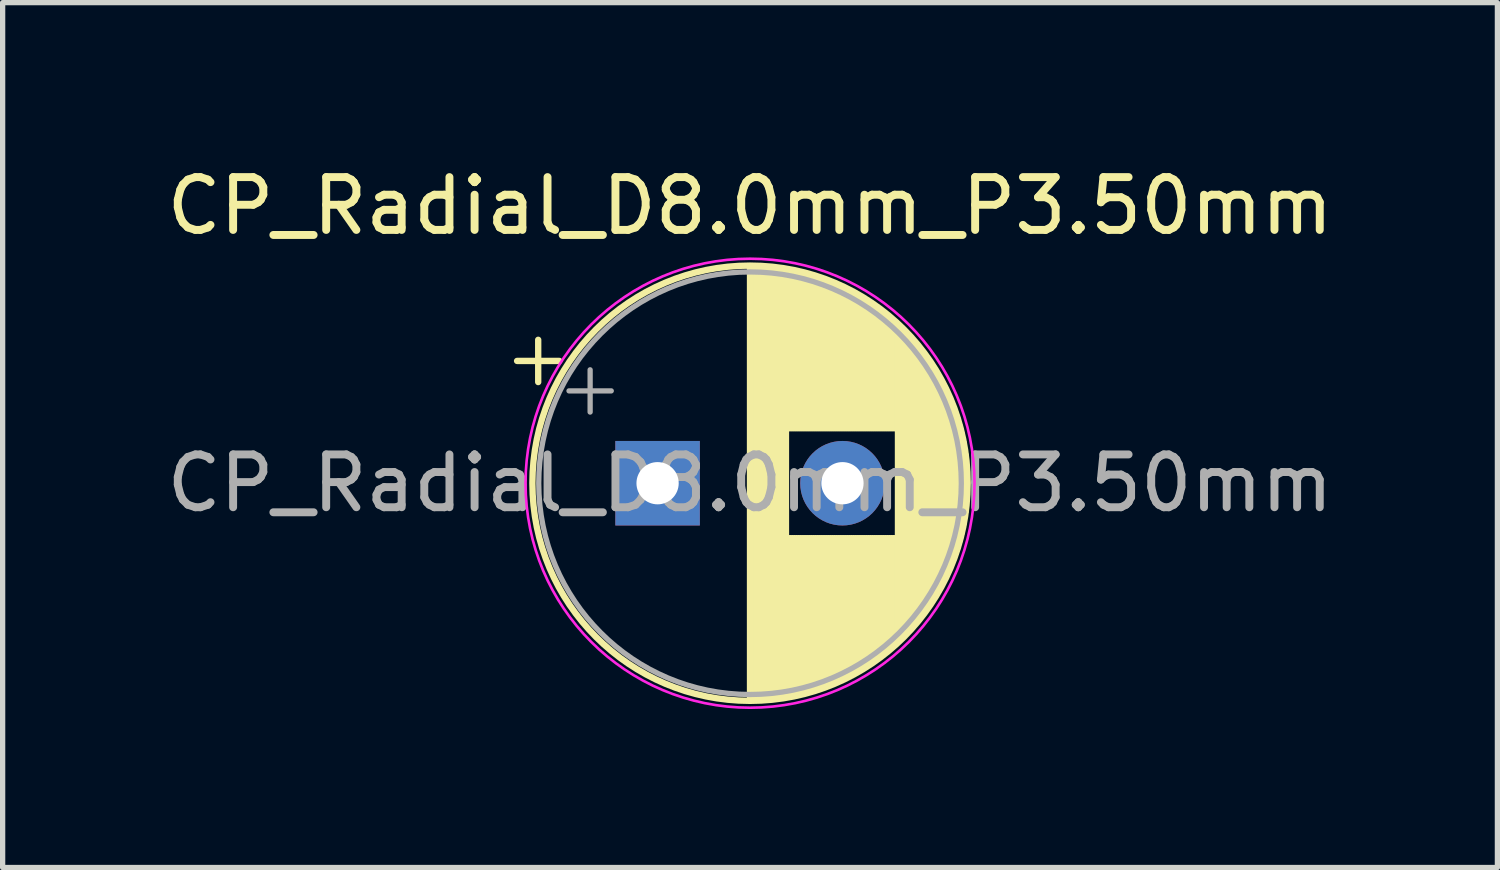
<source format=kicad_pcb>
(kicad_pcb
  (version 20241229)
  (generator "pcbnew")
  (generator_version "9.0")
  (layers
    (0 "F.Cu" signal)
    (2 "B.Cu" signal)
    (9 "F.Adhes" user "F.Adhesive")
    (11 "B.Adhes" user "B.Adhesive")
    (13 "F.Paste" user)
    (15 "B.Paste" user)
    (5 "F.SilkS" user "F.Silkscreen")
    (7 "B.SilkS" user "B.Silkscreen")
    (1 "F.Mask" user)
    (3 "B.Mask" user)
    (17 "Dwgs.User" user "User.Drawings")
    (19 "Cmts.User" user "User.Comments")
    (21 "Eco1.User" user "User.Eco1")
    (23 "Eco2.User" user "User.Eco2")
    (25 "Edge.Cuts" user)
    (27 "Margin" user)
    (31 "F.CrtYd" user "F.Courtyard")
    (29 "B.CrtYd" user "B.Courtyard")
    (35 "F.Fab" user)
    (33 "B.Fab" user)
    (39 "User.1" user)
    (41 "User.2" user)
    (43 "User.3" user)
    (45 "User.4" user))
  (footprint "CP_Radial_D8.0mm_P3.50mm"
    (layer "F.Cu")
    (at 9.399 6.098)
    (property "Reference" "CP_Radial_D8.0mm_P3.50mm" (at 1.75 -5.25 180) (layer "F.SilkS") (effects (font (size 1 1) (thickness 0.15))))
    (attr through_hole)
    (fp_line (start -2.66 -2.315) (end -1.86 -2.315) (stroke (width 0.12) (type solid)) (layer "F.SilkS"))
    (fp_line (start -2.26 -2.715) (end -2.26 -1.915) (stroke (width 0.12) (type solid)) (layer "F.SilkS"))
    (fp_line (start 1.75 -4.08) (end 1.75 4.08) (stroke (width 0.12) (type solid)) (layer "F.SilkS"))
    (fp_line (start 1.79 -4.08) (end 1.79 4.08) (stroke (width 0.12) (type solid)) (layer "F.SilkS"))
    (fp_line (start 1.83 -4.08) (end 1.83 4.08) (stroke (width 0.12) (type solid)) (layer "F.SilkS"))
    (fp_line (start 1.87 -4.079) (end 1.87 4.079) (stroke (width 0.12) (type solid)) (layer "F.SilkS"))
    (fp_line (start 1.91 -4.077) (end 1.91 4.077) (stroke (width 0.12) (type solid)) (layer "F.SilkS"))
    (fp_line (start 1.95 -4.076) (end 1.95 4.076) (stroke (width 0.12) (type solid)) (layer "F.SilkS"))
    (fp_line (start 1.99 -4.074) (end 1.99 4.074) (stroke (width 0.12) (type solid)) (layer "F.SilkS"))
    (fp_line (start 2.03 -4.071) (end 2.03 4.071) (stroke (width 0.12) (type solid)) (layer "F.SilkS"))
    (fp_line (start 2.07 -4.068) (end 2.07 4.068) (stroke (width 0.12) (type solid)) (layer "F.SilkS"))
    (fp_line (start 2.11 -4.065) (end 2.11 4.065) (stroke (width 0.12) (type solid)) (layer "F.SilkS"))
    (fp_line (start 2.15 -4.061) (end 2.15 4.061) (stroke (width 0.12) (type solid)) (layer "F.SilkS"))
    (fp_line (start 2.19 -4.057) (end 2.19 4.057) (stroke (width 0.12) (type solid)) (layer "F.SilkS"))
    (fp_line (start 2.23 -4.052) (end 2.23 4.052) (stroke (width 0.12) (type solid)) (layer "F.SilkS"))
    (fp_line (start 2.27 -4.048) (end 2.27 4.048) (stroke (width 0.12) (type solid)) (layer "F.SilkS"))
    (fp_line (start 2.31 -4.042) (end 2.31 4.042) (stroke (width 0.12) (type solid)) (layer "F.SilkS"))
    (fp_line (start 2.35 -4.037) (end 2.35 4.037) (stroke (width 0.12) (type solid)) (layer "F.SilkS"))
    (fp_line (start 2.39 -4.03) (end 2.39 4.03) (stroke (width 0.12) (type solid)) (layer "F.SilkS"))
    (fp_line (start 2.43 -4.024) (end 2.43 4.024) (stroke (width 0.12) (type solid)) (layer "F.SilkS"))
    (fp_line (start 2.471 -4.017) (end 2.471 -1.04) (stroke (width 0.12) (type solid)) (layer "F.SilkS"))
    (fp_line (start 2.471 1.04) (end 2.471 4.017) (stroke (width 0.12) (type solid)) (layer "F.SilkS"))
    (fp_line (start 2.511 -4.01) (end 2.511 -1.04) (stroke (width 0.12) (type solid)) (layer "F.SilkS"))
    (fp_line (start 2.511 1.04) (end 2.511 4.01) (stroke (width 0.12) (type solid)) (layer "F.SilkS"))
    (fp_line (start 2.551 -4.002) (end 2.551 -1.04) (stroke (width 0.12) (type solid)) (layer "F.SilkS"))
    (fp_line (start 2.551 1.04) (end 2.551 4.002) (stroke (width 0.12) (type solid)) (layer "F.SilkS"))
    (fp_line (start 2.591 -3.994) (end 2.591 -1.04) (stroke (width 0.12) (type solid)) (layer "F.SilkS"))
    (fp_line (start 2.591 1.04) (end 2.591 3.994) (stroke (width 0.12) (type solid)) (layer "F.SilkS"))
    (fp_line (start 2.631 -3.985) (end 2.631 -1.04) (stroke (width 0.12) (type solid)) (layer "F.SilkS"))
    (fp_line (start 2.631 1.04) (end 2.631 3.985) (stroke (width 0.12) (type solid)) (layer "F.SilkS"))
    (fp_line (start 2.671 -3.976) (end 2.671 -1.04) (stroke (width 0.12) (type solid)) (layer "F.SilkS"))
    (fp_line (start 2.671 1.04) (end 2.671 3.976) (stroke (width 0.12) (type solid)) (layer "F.SilkS"))
    (fp_line (start 2.711 -3.967) (end 2.711 -1.04) (stroke (width 0.12) (type solid)) (layer "F.SilkS"))
    (fp_line (start 2.711 1.04) (end 2.711 3.967) (stroke (width 0.12) (type solid)) (layer "F.SilkS"))
    (fp_line (start 2.751 -3.957) (end 2.751 -1.04) (stroke (width 0.12) (type solid)) (layer "F.SilkS"))
    (fp_line (start 2.751 1.04) (end 2.751 3.957) (stroke (width 0.12) (type solid)) (layer "F.SilkS"))
    (fp_line (start 2.791 -3.947) (end 2.791 -1.04) (stroke (width 0.12) (type solid)) (layer "F.SilkS"))
    (fp_line (start 2.791 1.04) (end 2.791 3.947) (stroke (width 0.12) (type solid)) (layer "F.SilkS"))
    (fp_line (start 2.831 -3.936) (end 2.831 -1.04) (stroke (width 0.12) (type solid)) (layer "F.SilkS"))
    (fp_line (start 2.831 1.04) (end 2.831 3.936) (stroke (width 0.12) (type solid)) (layer "F.SilkS"))
    (fp_line (start 2.871 -3.925) (end 2.871 -1.04) (stroke (width 0.12) (type solid)) (layer "F.SilkS"))
    (fp_line (start 2.871 1.04) (end 2.871 3.925) (stroke (width 0.12) (type solid)) (layer "F.SilkS"))
    (fp_line (start 2.911 -3.914) (end 2.911 -1.04) (stroke (width 0.12) (type solid)) (layer "F.SilkS"))
    (fp_line (start 2.911 1.04) (end 2.911 3.914) (stroke (width 0.12) (type solid)) (layer "F.SilkS"))
    (fp_line (start 2.951 -3.902) (end 2.951 -1.04) (stroke (width 0.12) (type solid)) (layer "F.SilkS"))
    (fp_line (start 2.951 1.04) (end 2.951 3.902) (stroke (width 0.12) (type solid)) (layer "F.SilkS"))
    (fp_line (start 2.991 -3.889) (end 2.991 -1.04) (stroke (width 0.12) (type solid)) (layer "F.SilkS"))
    (fp_line (start 2.991 1.04) (end 2.991 3.889) (stroke (width 0.12) (type solid)) (layer "F.SilkS"))
    (fp_line (start 3.031 -3.877) (end 3.031 -1.04) (stroke (width 0.12) (type solid)) (layer "F.SilkS"))
    (fp_line (start 3.031 1.04) (end 3.031 3.877) (stroke (width 0.12) (type solid)) (layer "F.SilkS"))
    (fp_line (start 3.071 -3.863) (end 3.071 -1.04) (stroke (width 0.12) (type solid)) (layer "F.SilkS"))
    (fp_line (start 3.071 1.04) (end 3.071 3.863) (stroke (width 0.12) (type solid)) (layer "F.SilkS"))
    (fp_line (start 3.111 -3.85) (end 3.111 -1.04) (stroke (width 0.12) (type solid)) (layer "F.SilkS"))
    (fp_line (start 3.111 1.04) (end 3.111 3.85) (stroke (width 0.12) (type solid)) (layer "F.SilkS"))
    (fp_line (start 3.151 -3.835) (end 3.151 -1.04) (stroke (width 0.12) (type solid)) (layer "F.SilkS"))
    (fp_line (start 3.151 1.04) (end 3.151 3.835) (stroke (width 0.12) (type solid)) (layer "F.SilkS"))
    (fp_line (start 3.191 -3.821) (end 3.191 -1.04) (stroke (width 0.12) (type solid)) (layer "F.SilkS"))
    (fp_line (start 3.191 1.04) (end 3.191 3.821) (stroke (width 0.12) (type solid)) (layer "F.SilkS"))
    (fp_line (start 3.231 -3.805) (end 3.231 -1.04) (stroke (width 0.12) (type solid)) (layer "F.SilkS"))
    (fp_line (start 3.231 1.04) (end 3.231 3.805) (stroke (width 0.12) (type solid)) (layer "F.SilkS"))
    (fp_line (start 3.271 -3.79) (end 3.271 -1.04) (stroke (width 0.12) (type solid)) (layer "F.SilkS"))
    (fp_line (start 3.271 1.04) (end 3.271 3.79) (stroke (width 0.12) (type solid)) (layer "F.SilkS"))
    (fp_line (start 3.311 -3.774) (end 3.311 -1.04) (stroke (width 0.12) (type solid)) (layer "F.SilkS"))
    (fp_line (start 3.311 1.04) (end 3.311 3.774) (stroke (width 0.12) (type solid)) (layer "F.SilkS"))
    (fp_line (start 3.351 -3.757) (end 3.351 -1.04) (stroke (width 0.12) (type solid)) (layer "F.SilkS"))
    (fp_line (start 3.351 1.04) (end 3.351 3.757) (stroke (width 0.12) (type solid)) (layer "F.SilkS"))
    (fp_line (start 3.391 -3.74) (end 3.391 -1.04) (stroke (width 0.12) (type solid)) (layer "F.SilkS"))
    (fp_line (start 3.391 1.04) (end 3.391 3.74) (stroke (width 0.12) (type solid)) (layer "F.SilkS"))
    (fp_line (start 3.431 -3.722) (end 3.431 -1.04) (stroke (width 0.12) (type solid)) (layer "F.SilkS"))
    (fp_line (start 3.431 1.04) (end 3.431 3.722) (stroke (width 0.12) (type solid)) (layer "F.SilkS"))
    (fp_line (start 3.471 -3.704) (end 3.471 -1.04) (stroke (width 0.12) (type solid)) (layer "F.SilkS"))
    (fp_line (start 3.471 1.04) (end 3.471 3.704) (stroke (width 0.12) (type solid)) (layer "F.SilkS"))
    (fp_line (start 3.511 -3.686) (end 3.511 -1.04) (stroke (width 0.12) (type solid)) (layer "F.SilkS"))
    (fp_line (start 3.511 1.04) (end 3.511 3.686) (stroke (width 0.12) (type solid)) (layer "F.SilkS"))
    (fp_line (start 3.551 -3.666) (end 3.551 -1.04) (stroke (width 0.12) (type solid)) (layer "F.SilkS"))
    (fp_line (start 3.551 1.04) (end 3.551 3.666) (stroke (width 0.12) (type solid)) (layer "F.SilkS"))
    (fp_line (start 3.591 -3.647) (end 3.591 -1.04) (stroke (width 0.12) (type solid)) (layer "F.SilkS"))
    (fp_line (start 3.591 1.04) (end 3.591 3.647) (stroke (width 0.12) (type solid)) (layer "F.SilkS"))
    (fp_line (start 3.631 -3.627) (end 3.631 -1.04) (stroke (width 0.12) (type solid)) (layer "F.SilkS"))
    (fp_line (start 3.631 1.04) (end 3.631 3.627) (stroke (width 0.12) (type solid)) (layer "F.SilkS"))
    (fp_line (start 3.671 -3.606) (end 3.671 -1.04) (stroke (width 0.12) (type solid)) (layer "F.SilkS"))
    (fp_line (start 3.671 1.04) (end 3.671 3.606) (stroke (width 0.12) (type solid)) (layer "F.SilkS"))
    (fp_line (start 3.711 -3.584) (end 3.711 -1.04) (stroke (width 0.12) (type solid)) (layer "F.SilkS"))
    (fp_line (start 3.711 1.04) (end 3.711 3.584) (stroke (width 0.12) (type solid)) (layer "F.SilkS"))
    (fp_line (start 3.751 -3.562) (end 3.751 -1.04) (stroke (width 0.12) (type solid)) (layer "F.SilkS"))
    (fp_line (start 3.751 1.04) (end 3.751 3.562) (stroke (width 0.12) (type solid)) (layer "F.SilkS"))
    (fp_line (start 3.791 -3.54) (end 3.791 -1.04) (stroke (width 0.12) (type solid)) (layer "F.SilkS"))
    (fp_line (start 3.791 1.04) (end 3.791 3.54) (stroke (width 0.12) (type solid)) (layer "F.SilkS"))
    (fp_line (start 3.831 -3.517) (end 3.831 -1.04) (stroke (width 0.12) (type solid)) (layer "F.SilkS"))
    (fp_line (start 3.831 1.04) (end 3.831 3.517) (stroke (width 0.12) (type solid)) (layer "F.SilkS"))
    (fp_line (start 3.871 -3.493) (end 3.871 -1.04) (stroke (width 0.12) (type solid)) (layer "F.SilkS"))
    (fp_line (start 3.871 1.04) (end 3.871 3.493) (stroke (width 0.12) (type solid)) (layer "F.SilkS"))
    (fp_line (start 3.911 -3.469) (end 3.911 -1.04) (stroke (width 0.12) (type solid)) (layer "F.SilkS"))
    (fp_line (start 3.911 1.04) (end 3.911 3.469) (stroke (width 0.12) (type solid)) (layer "F.SilkS"))
    (fp_line (start 3.951 -3.444) (end 3.951 -1.04) (stroke (width 0.12) (type solid)) (layer "F.SilkS"))
    (fp_line (start 3.951 1.04) (end 3.951 3.444) (stroke (width 0.12) (type solid)) (layer "F.SilkS"))
    (fp_line (start 3.991 -3.418) (end 3.991 -1.04) (stroke (width 0.12) (type solid)) (layer "F.SilkS"))
    (fp_line (start 3.991 1.04) (end 3.991 3.418) (stroke (width 0.12) (type solid)) (layer "F.SilkS"))
    (fp_line (start 4.031 -3.392) (end 4.031 -1.04) (stroke (width 0.12) (type solid)) (layer "F.SilkS"))
    (fp_line (start 4.031 1.04) (end 4.031 3.392) (stroke (width 0.12) (type solid)) (layer "F.SilkS"))
    (fp_line (start 4.071 -3.365) (end 4.071 -1.04) (stroke (width 0.12) (type solid)) (layer "F.SilkS"))
    (fp_line (start 4.071 1.04) (end 4.071 3.365) (stroke (width 0.12) (type solid)) (layer "F.SilkS"))
    (fp_line (start 4.111 -3.338) (end 4.111 -1.04) (stroke (width 0.12) (type solid)) (layer "F.SilkS"))
    (fp_line (start 4.111 1.04) (end 4.111 3.338) (stroke (width 0.12) (type solid)) (layer "F.SilkS"))
    (fp_line (start 4.151 -3.309) (end 4.151 -1.04) (stroke (width 0.12) (type solid)) (layer "F.SilkS"))
    (fp_line (start 4.151 1.04) (end 4.151 3.309) (stroke (width 0.12) (type solid)) (layer "F.SilkS"))
    (fp_line (start 4.191 -3.28) (end 4.191 -1.04) (stroke (width 0.12) (type solid)) (layer "F.SilkS"))
    (fp_line (start 4.191 1.04) (end 4.191 3.28) (stroke (width 0.12) (type solid)) (layer "F.SilkS"))
    (fp_line (start 4.231 -3.25) (end 4.231 -1.04) (stroke (width 0.12) (type solid)) (layer "F.SilkS"))
    (fp_line (start 4.231 1.04) (end 4.231 3.25) (stroke (width 0.12) (type solid)) (layer "F.SilkS"))
    (fp_line (start 4.271 -3.22) (end 4.271 -1.04) (stroke (width 0.12) (type solid)) (layer "F.SilkS"))
    (fp_line (start 4.271 1.04) (end 4.271 3.22) (stroke (width 0.12) (type solid)) (layer "F.SilkS"))
    (fp_line (start 4.311 -3.189) (end 4.311 -1.04) (stroke (width 0.12) (type solid)) (layer "F.SilkS"))
    (fp_line (start 4.311 1.04) (end 4.311 3.189) (stroke (width 0.12) (type solid)) (layer "F.SilkS"))
    (fp_line (start 4.351 -3.156) (end 4.351 -1.04) (stroke (width 0.12) (type solid)) (layer "F.SilkS"))
    (fp_line (start 4.351 1.04) (end 4.351 3.156) (stroke (width 0.12) (type solid)) (layer "F.SilkS"))
    (fp_line (start 4.391 -3.124) (end 4.391 -1.04) (stroke (width 0.12) (type solid)) (layer "F.SilkS"))
    (fp_line (start 4.391 1.04) (end 4.391 3.124) (stroke (width 0.12) (type solid)) (layer "F.SilkS"))
    (fp_line (start 4.431 -3.09) (end 4.431 -1.04) (stroke (width 0.12) (type solid)) (layer "F.SilkS"))
    (fp_line (start 4.431 1.04) (end 4.431 3.09) (stroke (width 0.12) (type solid)) (layer "F.SilkS"))
    (fp_line (start 4.471 -3.055) (end 4.471 -1.04) (stroke (width 0.12) (type solid)) (layer "F.SilkS"))
    (fp_line (start 4.471 1.04) (end 4.471 3.055) (stroke (width 0.12) (type solid)) (layer "F.SilkS"))
    (fp_line (start 4.511 -3.019) (end 4.511 -1.04) (stroke (width 0.12) (type solid)) (layer "F.SilkS"))
    (fp_line (start 4.511 1.04) (end 4.511 3.019) (stroke (width 0.12) (type solid)) (layer "F.SilkS"))
    (fp_line (start 4.551 -2.983) (end 4.551 2.983) (stroke (width 0.12) (type solid)) (layer "F.SilkS"))
    (fp_line (start 4.591 -2.945) (end 4.591 2.945) (stroke (width 0.12) (type solid)) (layer "F.SilkS"))
    (fp_line (start 4.631 -2.907) (end 4.631 2.907) (stroke (width 0.12) (type solid)) (layer "F.SilkS"))
    (fp_line (start 4.671 -2.867) (end 4.671 2.867) (stroke (width 0.12) (type solid)) (layer "F.SilkS"))
    (fp_line (start 4.711 -2.826) (end 4.711 2.826) (stroke (width 0.12) (type solid)) (layer "F.SilkS"))
    (fp_line (start 4.751 -2.784) (end 4.751 2.784) (stroke (width 0.12) (type solid)) (layer "F.SilkS"))
    (fp_line (start 4.791 -2.741) (end 4.791 2.741) (stroke (width 0.12) (type solid)) (layer "F.SilkS"))
    (fp_line (start 4.831 -2.697) (end 4.831 2.697) (stroke (width 0.12) (type solid)) (layer "F.SilkS"))
    (fp_line (start 4.871 -2.651) (end 4.871 2.651) (stroke (width 0.12) (type solid)) (layer "F.SilkS"))
    (fp_line (start 4.911 -2.604) (end 4.911 2.604) (stroke (width 0.12) (type solid)) (layer "F.SilkS"))
    (fp_line (start 4.951 -2.556) (end 4.951 2.556) (stroke (width 0.12) (type solid)) (layer "F.SilkS"))
    (fp_line (start 4.991 -2.505) (end 4.991 2.505) (stroke (width 0.12) (type solid)) (layer "F.SilkS"))
    (fp_line (start 5.031 -2.454) (end 5.031 2.454) (stroke (width 0.12) (type solid)) (layer "F.SilkS"))
    (fp_line (start 5.071 -2.4) (end 5.071 2.4) (stroke (width 0.12) (type solid)) (layer "F.SilkS"))
    (fp_line (start 5.111 -2.345) (end 5.111 2.345) (stroke (width 0.12) (type solid)) (layer "F.SilkS"))
    (fp_line (start 5.151 -2.287) (end 5.151 2.287) (stroke (width 0.12) (type solid)) (layer "F.SilkS"))
    (fp_line (start 5.191 -2.228) (end 5.191 2.228) (stroke (width 0.12) (type solid)) (layer "F.SilkS"))
    (fp_line (start 5.231 -2.166) (end 5.231 2.166) (stroke (width 0.12) (type solid)) (layer "F.SilkS"))
    (fp_line (start 5.271 -2.102) (end 5.271 2.102) (stroke (width 0.12) (type solid)) (layer "F.SilkS"))
    (fp_line (start 5.311 -2.034) (end 5.311 2.034) (stroke (width 0.12) (type solid)) (layer "F.SilkS"))
    (fp_line (start 5.351 -1.964) (end 5.351 1.964) (stroke (width 0.12) (type solid)) (layer "F.SilkS"))
    (fp_line (start 5.391 -1.89) (end 5.391 1.89) (stroke (width 0.12) (type solid)) (layer "F.SilkS"))
    (fp_line (start 5.431 -1.813) (end 5.431 1.813) (stroke (width 0.12) (type solid)) (layer "F.SilkS"))
    (fp_line (start 5.471 -1.731) (end 5.471 1.731) (stroke (width 0.12) (type solid)) (layer "F.SilkS"))
    (fp_line (start 5.511 -1.645) (end 5.511 1.645) (stroke (width 0.12) (type solid)) (layer "F.SilkS"))
    (fp_line (start 5.551 -1.552) (end 5.551 1.552) (stroke (width 0.12) (type solid)) (layer "F.SilkS"))
    (fp_line (start 5.591 -1.453) (end 5.591 1.453) (stroke (width 0.12) (type solid)) (layer "F.SilkS"))
    (fp_line (start 5.631 -1.346) (end 5.631 1.346) (stroke (width 0.12) (type solid)) (layer "F.SilkS"))
    (fp_line (start 5.671 -1.229) (end 5.671 1.229) (stroke (width 0.12) (type solid)) (layer "F.SilkS"))
    (fp_line (start 5.711 -1.098) (end 5.711 1.098) (stroke (width 0.12) (type solid)) (layer "F.SilkS"))
    (fp_line (start 5.751 -0.948) (end 5.751 0.948) (stroke (width 0.12) (type solid)) (layer "F.SilkS"))
    (fp_line (start 5.791 -0.768) (end 5.791 0.768) (stroke (width 0.12) (type solid)) (layer "F.SilkS"))
    (fp_line (start 5.831 -0.533) (end 5.831 0.533) (stroke (width 0.12) (type solid)) (layer "F.SilkS"))
    (fp_circle (center 1.75 0) (end 5.87 0) (stroke (width 0.12) (type solid)) (fill no) (layer "F.SilkS"))
    (fp_circle (center 1.75 0) (end 6 0) (stroke (width 0.05) (type solid)) (fill no) (layer "F.CrtYd"))
    (fp_line (start -1.677 -1.748) (end -0.877 -1.748) (stroke (width 0.1) (type solid)) (layer "F.Fab"))
    (fp_line (start -1.277 -2.147) (end -1.277 -1.347) (stroke (width 0.1) (type solid)) (layer "F.Fab"))
    (fp_circle (center 1.75 0) (end 5.75 0) (stroke (width 0.1) (type solid)) (fill no) (layer "F.Fab"))
    (fp_text user "${REFERENCE}" (at 1.75 0 180) (layer "F.Fab") (effects (font (size 1 1) (thickness 0.15))))
    (pad "1" thru_hole rect (at 0 0) (size 1.6 1.6) (drill 0.8) (layers "*.Cu" "*.Mask"))
    (pad "2" thru_hole circle (at 3.5 0) (size 1.6 1.6) (drill 0.8) (layers "*.Cu" "*.Mask")))
  (gr_rect
    (start -3 -3)
    (end 25.298 13.373)
    (stroke (width 0.1) (type default))
    (fill no)
    (layer "Edge.Cuts")))
</source>
